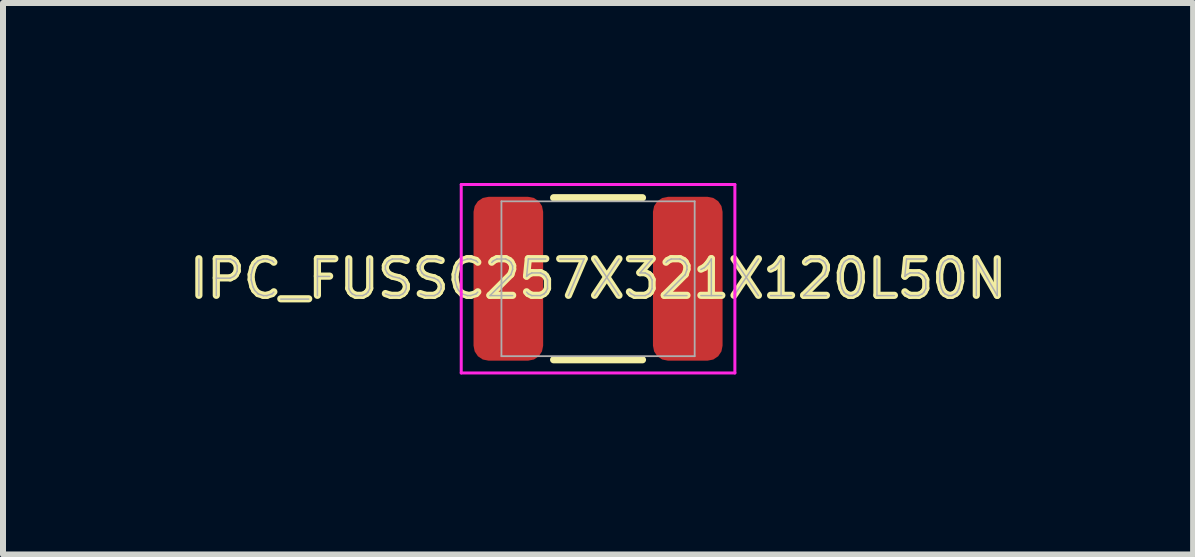
<source format=kicad_pcb>
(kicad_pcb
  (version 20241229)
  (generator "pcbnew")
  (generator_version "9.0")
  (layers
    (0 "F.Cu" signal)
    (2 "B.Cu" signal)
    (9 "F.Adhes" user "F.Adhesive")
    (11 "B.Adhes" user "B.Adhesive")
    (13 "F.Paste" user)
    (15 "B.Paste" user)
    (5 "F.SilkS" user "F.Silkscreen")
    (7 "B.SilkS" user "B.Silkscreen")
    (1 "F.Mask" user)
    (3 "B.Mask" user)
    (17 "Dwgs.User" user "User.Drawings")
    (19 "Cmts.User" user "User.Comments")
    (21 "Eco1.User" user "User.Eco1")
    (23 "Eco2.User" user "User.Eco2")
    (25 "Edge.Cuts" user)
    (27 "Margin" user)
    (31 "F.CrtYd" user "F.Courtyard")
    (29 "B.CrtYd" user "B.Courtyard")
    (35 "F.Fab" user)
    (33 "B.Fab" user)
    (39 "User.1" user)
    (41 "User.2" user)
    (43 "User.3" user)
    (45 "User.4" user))
  (footprint "IPC_FUSSC257X321X120L50N"
    (layer "F.Cu")
    (at 6.916 1.595)
    (property "Reference" "IPC_FUSSC257X321X120L50N" (at 0 0 0) (layer "F.SilkS") (effects (font (size 0.61 0.61) (thickness 0.12))))
    (attr smd)
    (fp_line (start -0.74 1.35) (end 0.74 1.35) (stroke (width 0.12) (type solid)) (layer "F.SilkS"))
    (fp_line (start 0.74 -1.35) (end -0.74 -1.35) (stroke (width 0.12) (type solid)) (layer "F.SilkS"))
    (fp_line (start -2.28 -1.57) (end 2.28 -1.57) (stroke (width 0.05) (type solid)) (layer "F.CrtYd"))
    (fp_line (start -2.28 1.57) (end -2.28 -1.57) (stroke (width 0.05) (type solid)) (layer "F.CrtYd"))
    (fp_line (start 2.28 -1.57) (end 2.28 1.57) (stroke (width 0.05) (type solid)) (layer "F.CrtYd"))
    (fp_line (start 2.28 1.57) (end -2.28 1.57) (stroke (width 0.05) (type solid)) (layer "F.CrtYd"))
    (fp_line (start -1.61 -1.29) (end 1.61 -1.29) (stroke (width 0.03) (type solid)) (layer "F.Fab"))
    (fp_line (start -1.61 1.29) (end -1.61 -1.29) (stroke (width 0.03) (type solid)) (layer "F.Fab"))
    (fp_line (start 1.61 -1.29) (end 1.61 1.29) (stroke (width 0.03) (type solid)) (layer "F.Fab"))
    (fp_line (start 1.61 1.29) (end -1.61 1.29) (stroke (width 0.03) (type solid)) (layer "F.Fab"))
    (fp_text user "${REFERENCE}" (at 0 0 0) (layer "F.Fab") (effects (font (size 0.61 0.61) (thickness 0.025))))
    (pad "1" smd roundrect (at -1.495 0) (size 1.16 2.73) (layers "F.Cu" "F.Mask" "F.Paste") (roundrect_rratio 0.215))
    (pad "2" smd roundrect (at 1.495 0) (size 1.16 2.73) (layers "F.Cu" "F.Mask" "F.Paste") (roundrect_rratio 0.215)))
  (gr_rect
    (start -3 -3)
    (end 16.832 6.19)
    (stroke (width 0.1) (type default))
    (fill no)
    (layer "Edge.Cuts")))
</source>
